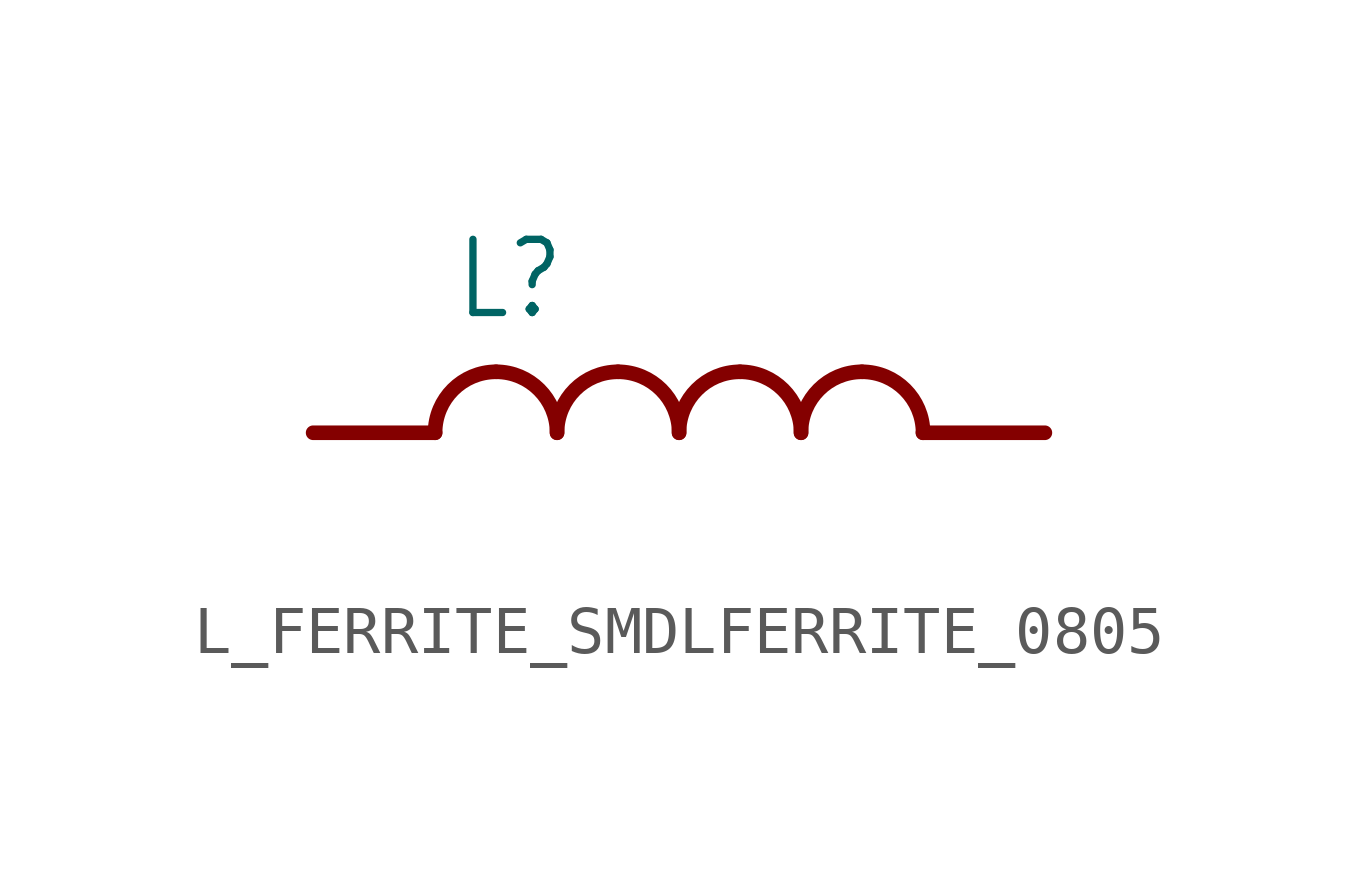
<source format=kicad_sym>
(kicad_symbol_lib
  (version 20231120)
  (generator "kicad_symbol_editor")
  (generator_version "8.0")
  (symbol "L_FERRITE_SMDLFERRITE_0805"
    (property "Reference" "L"
      (at -4.7 2.31 0)
      (effects (font (size 1.524 1.295)) (justify left bottom)))
    (property "Value" ""
      (at -5.08 -2.54 0)
      (effects (font (size 1.524 1.295)) (justify left bottom)))
    (property "ki_locked" ""
      (at 0 0 0)
      (effects (font (size 1.27 1.27))))
    (symbol "L_FERRITE_SMDLFERRITE_0805_1_0"
      (arc (start -3.81 1.27) (mid -4.708 0.898) (end -5.08 0) (stroke (width 0.3048) (type solid)) (fill (type none)))
      (arc (start -2.54 0) (mid -2.912 0.898) (end -3.81 1.27) (stroke (width 0.3048) (type solid)) (fill (type none)))
      (arc (start -1.27 1.27) (mid -2.168 0.898) (end -2.54 0) (stroke (width 0.3048) (type solid)) (fill (type none)))
      (arc (start 0 0) (mid -0.372 0.898) (end -1.27 1.27) (stroke (width 0.3048) (type solid)) (fill (type none)))
      (polyline (pts (xy -5.08 0) (xy -7.62 0)) (stroke (width 0.305) (type solid)) (fill (type none)))
      (polyline (pts (xy 5.08 0) (xy 7.62 0)) (stroke (width 0.305) (type solid)) (fill (type none)))
      (arc (start 1.27 1.27) (mid 0.372 0.898) (end 0 0) (stroke (width 0.3048) (type solid)) (fill (type none)))
      (arc (start 2.54 0) (mid 2.168 0.898) (end 1.27 1.27) (stroke (width 0.3048) (type solid)) (fill (type none)))
      (arc (start 3.81 1.27) (mid 2.912 0.898) (end 2.54 0) (stroke (width 0.3048) (type solid)) (fill (type none)))
      (arc (start 5.08 0) (mid 4.708 0.898) (end 3.81 1.27) (stroke (width 0.3048) (type solid)) (fill (type none)))
      (pin passive line (at -7.62 0 0) (length 2.54) (name "1" (effects (font (size 0 0)))) (number "P$1" (effects (font (size 0 0)))))
      (pin passive line (at 7.62 0 180) (length 2.54) (name "2" (effects (font (size 0 0)))) (number "P$2" (effects (font (size 0 0))))))))
</source>
